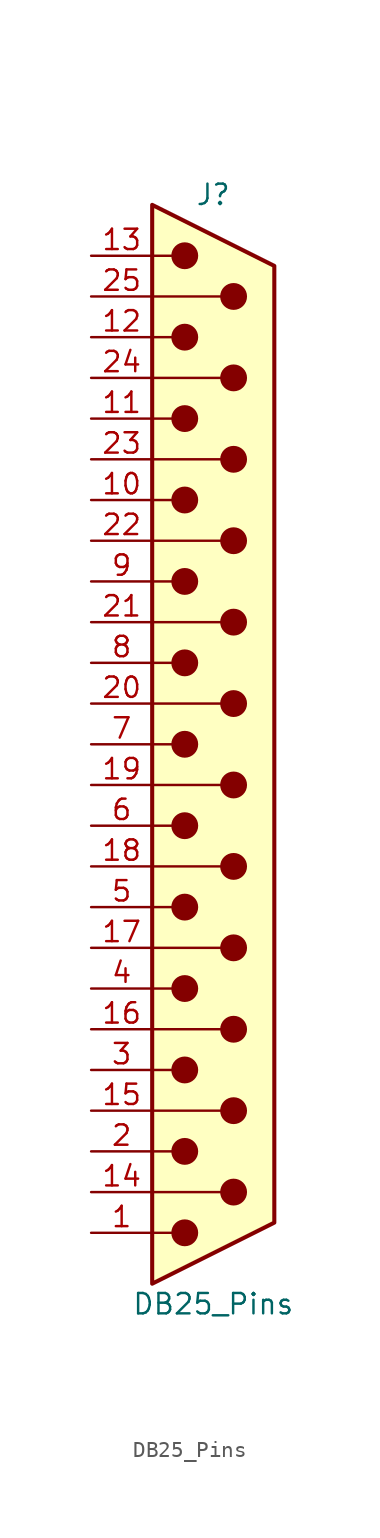
<source format=kicad_sym>
(kicad_symbol_lib
  (version 20241209)
  (generator "kicad_symbol_editor")
  (generator_version "9.0")
  (symbol "DB25_Pins"
    (pin_names
      (offset 1.016)
      (hide yes))
    (property "Reference" "J"
      (at 0 34.29 0)
      (effects (font (size 1.27 1.27))))
    (property "Value" "DB25_Pins"
      (at 0 -34.925 0)
      (effects (font (size 1.27 1.27))))
    (symbol "DB25_Pins_0_1"
      (polyline (pts (xy -3.81 30.48) (xy -2.54 30.48)) (stroke (width 0) (type default)) (fill (type none)))
      (polyline (pts (xy -3.81 27.94) (xy 0.508 27.94)) (stroke (width 0) (type default)) (fill (type none)))
      (polyline (pts (xy -3.81 25.4) (xy -2.54 25.4)) (stroke (width 0) (type default)) (fill (type none)))
      (polyline (pts (xy -3.81 22.86) (xy 0.508 22.86)) (stroke (width 0) (type default)) (fill (type none)))
      (polyline (pts (xy -3.81 20.32) (xy -2.54 20.32)) (stroke (width 0) (type default)) (fill (type none)))
      (polyline (pts (xy -3.81 17.78) (xy 0.508 17.78)) (stroke (width 0) (type default)) (fill (type none)))
      (polyline (pts (xy -3.81 15.24) (xy -2.54 15.24)) (stroke (width 0) (type default)) (fill (type none)))
      (polyline (pts (xy -3.81 12.7) (xy 0.508 12.7)) (stroke (width 0) (type default)) (fill (type none)))
      (polyline (pts (xy -3.81 10.16) (xy -2.54 10.16)) (stroke (width 0) (type default)) (fill (type none)))
      (polyline (pts (xy -3.81 7.62) (xy 0.508 7.62)) (stroke (width 0) (type default)) (fill (type none)))
      (polyline (pts (xy -3.81 5.08) (xy -2.54 5.08)) (stroke (width 0) (type default)) (fill (type none)))
      (polyline (pts (xy -3.81 2.54) (xy 0.508 2.54)) (stroke (width 0) (type default)) (fill (type none)))
      (polyline (pts (xy -3.81 0) (xy -2.54 0)) (stroke (width 0) (type default)) (fill (type none)))
      (polyline (pts (xy -3.81 -2.54) (xy 0.508 -2.54)) (stroke (width 0) (type default)) (fill (type none)))
      (polyline (pts (xy -3.81 -5.08) (xy -2.54 -5.08)) (stroke (width 0) (type default)) (fill (type none)))
      (polyline (pts (xy -3.81 -7.62) (xy 0.508 -7.62)) (stroke (width 0) (type default)) (fill (type none)))
      (polyline (pts (xy -3.81 -10.16) (xy -2.54 -10.16)) (stroke (width 0) (type default)) (fill (type none)))
      (polyline (pts (xy -3.81 -12.7) (xy 0.508 -12.7)) (stroke (width 0) (type default)) (fill (type none)))
      (polyline (pts (xy -3.81 -15.24) (xy -2.54 -15.24)) (stroke (width 0) (type default)) (fill (type none)))
      (polyline (pts (xy -3.81 -17.78) (xy 0.508 -17.78)) (stroke (width 0) (type default)) (fill (type none)))
      (polyline (pts (xy -3.81 -20.32) (xy -2.54 -20.32)) (stroke (width 0) (type default)) (fill (type none)))
      (polyline (pts (xy -3.81 -22.86) (xy 0.508 -22.86)) (stroke (width 0) (type default)) (fill (type none)))
      (polyline (pts (xy -3.81 -25.4) (xy -2.54 -25.4)) (stroke (width 0) (type default)) (fill (type none)))
      (polyline (pts (xy -3.81 -27.94) (xy 0.508 -27.94)) (stroke (width 0) (type default)) (fill (type none)))
      (polyline (pts (xy -3.81 -30.48) (xy -2.54 -30.48)) (stroke (width 0) (type default)) (fill (type none)))
      (polyline (pts (xy -3.81 -33.655) (xy 3.81 -29.845) (xy 3.81 29.845) (xy -3.81 33.655) (xy -3.81 -33.655)) (stroke (width 0.254) (type default)) (fill (type background)))
      (circle (center -1.778 30.48) (radius 0.762) (stroke (width 0) (type default)) (fill (type outline)))
      (circle (center -1.778 25.4) (radius 0.762) (stroke (width 0) (type default)) (fill (type outline)))
      (circle (center -1.778 20.32) (radius 0.762) (stroke (width 0) (type default)) (fill (type outline)))
      (circle (center -1.778 15.24) (radius 0.762) (stroke (width 0) (type default)) (fill (type outline)))
      (circle (center -1.778 10.16) (radius 0.762) (stroke (width 0) (type default)) (fill (type outline)))
      (circle (center -1.778 5.08) (radius 0.762) (stroke (width 0) (type default)) (fill (type outline)))
      (circle (center -1.778 0) (radius 0.762) (stroke (width 0) (type default)) (fill (type outline)))
      (circle (center -1.778 -5.08) (radius 0.762) (stroke (width 0) (type default)) (fill (type outline)))
      (circle (center -1.778 -10.16) (radius 0.762) (stroke (width 0) (type default)) (fill (type outline)))
      (circle (center -1.778 -15.24) (radius 0.762) (stroke (width 0) (type default)) (fill (type outline)))
      (circle (center -1.778 -20.32) (radius 0.762) (stroke (width 0) (type default)) (fill (type outline)))
      (circle (center -1.778 -25.4) (radius 0.762) (stroke (width 0) (type default)) (fill (type outline)))
      (circle (center -1.778 -30.48) (radius 0.762) (stroke (width 0) (type default)) (fill (type outline)))
      (circle (center 1.27 27.94) (radius 0.762) (stroke (width 0) (type default)) (fill (type outline)))
      (circle (center 1.27 22.86) (radius 0.762) (stroke (width 0) (type default)) (fill (type outline)))
      (circle (center 1.27 17.78) (radius 0.762) (stroke (width 0) (type default)) (fill (type outline)))
      (circle (center 1.27 12.7) (radius 0.762) (stroke (width 0) (type default)) (fill (type outline)))
      (circle (center 1.27 7.62) (radius 0.762) (stroke (width 0) (type default)) (fill (type outline)))
      (circle (center 1.27 2.54) (radius 0.762) (stroke (width 0) (type default)) (fill (type outline)))
      (circle (center 1.27 -2.54) (radius 0.762) (stroke (width 0) (type default)) (fill (type outline)))
      (circle (center 1.27 -7.62) (radius 0.762) (stroke (width 0) (type default)) (fill (type outline)))
      (circle (center 1.27 -12.7) (radius 0.762) (stroke (width 0) (type default)) (fill (type outline)))
      (circle (center 1.27 -17.78) (radius 0.762) (stroke (width 0) (type default)) (fill (type outline)))
      (circle (center 1.27 -22.86) (radius 0.762) (stroke (width 0) (type default)) (fill (type outline)))
      (circle (center 1.27 -27.94) (radius 0.762) (stroke (width 0) (type default)) (fill (type outline))))
    (symbol "DB25_Pins_1_1"
      (pin passive line (at -7.62 30.48 0) (length 3.81) (name "13" (effects (font (size 1.27 1.27)))) (number "13" (effects (font (size 1.27 1.27)))))
      (pin passive line (at -7.62 27.94 0) (length 3.81) (name "P25" (effects (font (size 1.27 1.27)))) (number "25" (effects (font (size 1.27 1.27)))))
      (pin passive line (at -7.62 25.4 0) (length 3.81) (name "12" (effects (font (size 1.27 1.27)))) (number "12" (effects (font (size 1.27 1.27)))))
      (pin passive line (at -7.62 22.86 0) (length 3.81) (name "P24" (effects (font (size 1.27 1.27)))) (number "24" (effects (font (size 1.27 1.27)))))
      (pin passive line (at -7.62 20.32 0) (length 3.81) (name "11" (effects (font (size 1.27 1.27)))) (number "11" (effects (font (size 1.27 1.27)))))
      (pin passive line (at -7.62 17.78 0) (length 3.81) (name "P23" (effects (font (size 1.27 1.27)))) (number "23" (effects (font (size 1.27 1.27)))))
      (pin passive line (at -7.62 15.24 0) (length 3.81) (name "10" (effects (font (size 1.27 1.27)))) (number "10" (effects (font (size 1.27 1.27)))))
      (pin passive line (at -7.62 12.7 0) (length 3.81) (name "P22" (effects (font (size 1.27 1.27)))) (number "22" (effects (font (size 1.27 1.27)))))
      (pin passive line (at -7.62 10.16 0) (length 3.81) (name "9" (effects (font (size 1.27 1.27)))) (number "9" (effects (font (size 1.27 1.27)))))
      (pin passive line (at -7.62 7.62 0) (length 3.81) (name "P21" (effects (font (size 1.27 1.27)))) (number "21" (effects (font (size 1.27 1.27)))))
      (pin passive line (at -7.62 5.08 0) (length 3.81) (name "8" (effects (font (size 1.27 1.27)))) (number "8" (effects (font (size 1.27 1.27)))))
      (pin passive line (at -7.62 2.54 0) (length 3.81) (name "P20" (effects (font (size 1.27 1.27)))) (number "20" (effects (font (size 1.27 1.27)))))
      (pin passive line (at -7.62 0 0) (length 3.81) (name "7" (effects (font (size 1.27 1.27)))) (number "7" (effects (font (size 1.27 1.27)))))
      (pin passive line (at -7.62 -2.54 0) (length 3.81) (name "P19" (effects (font (size 1.27 1.27)))) (number "19" (effects (font (size 1.27 1.27)))))
      (pin passive line (at -7.62 -5.08 0) (length 3.81) (name "6" (effects (font (size 1.27 1.27)))) (number "6" (effects (font (size 1.27 1.27)))))
      (pin passive line (at -7.62 -7.62 0) (length 3.81) (name "P18" (effects (font (size 1.27 1.27)))) (number "18" (effects (font (size 1.27 1.27)))))
      (pin passive line (at -7.62 -10.16 0) (length 3.81) (name "5" (effects (font (size 1.27 1.27)))) (number "5" (effects (font (size 1.27 1.27)))))
      (pin passive line (at -7.62 -12.7 0) (length 3.81) (name "P17" (effects (font (size 1.27 1.27)))) (number "17" (effects (font (size 1.27 1.27)))))
      (pin passive line (at -7.62 -15.24 0) (length 3.81) (name "4" (effects (font (size 1.27 1.27)))) (number "4" (effects (font (size 1.27 1.27)))))
      (pin passive line (at -7.62 -17.78 0) (length 3.81) (name "P16" (effects (font (size 1.27 1.27)))) (number "16" (effects (font (size 1.27 1.27)))))
      (pin passive line (at -7.62 -20.32 0) (length 3.81) (name "3" (effects (font (size 1.27 1.27)))) (number "3" (effects (font (size 1.27 1.27)))))
      (pin passive line (at -7.62 -22.86 0) (length 3.81) (name "P15" (effects (font (size 1.27 1.27)))) (number "15" (effects (font (size 1.27 1.27)))))
      (pin passive line (at -7.62 -25.4 0) (length 3.81) (name "2" (effects (font (size 1.27 1.27)))) (number "2" (effects (font (size 1.27 1.27)))))
      (pin passive line (at -7.62 -27.94 0) (length 3.81) (name "P14" (effects (font (size 1.27 1.27)))) (number "14" (effects (font (size 1.27 1.27)))))
      (pin passive line (at -7.62 -30.48 0) (length 3.81) (name "1" (effects (font (size 1.27 1.27)))) (number "1" (effects (font (size 1.27 1.27))))))))
</source>
